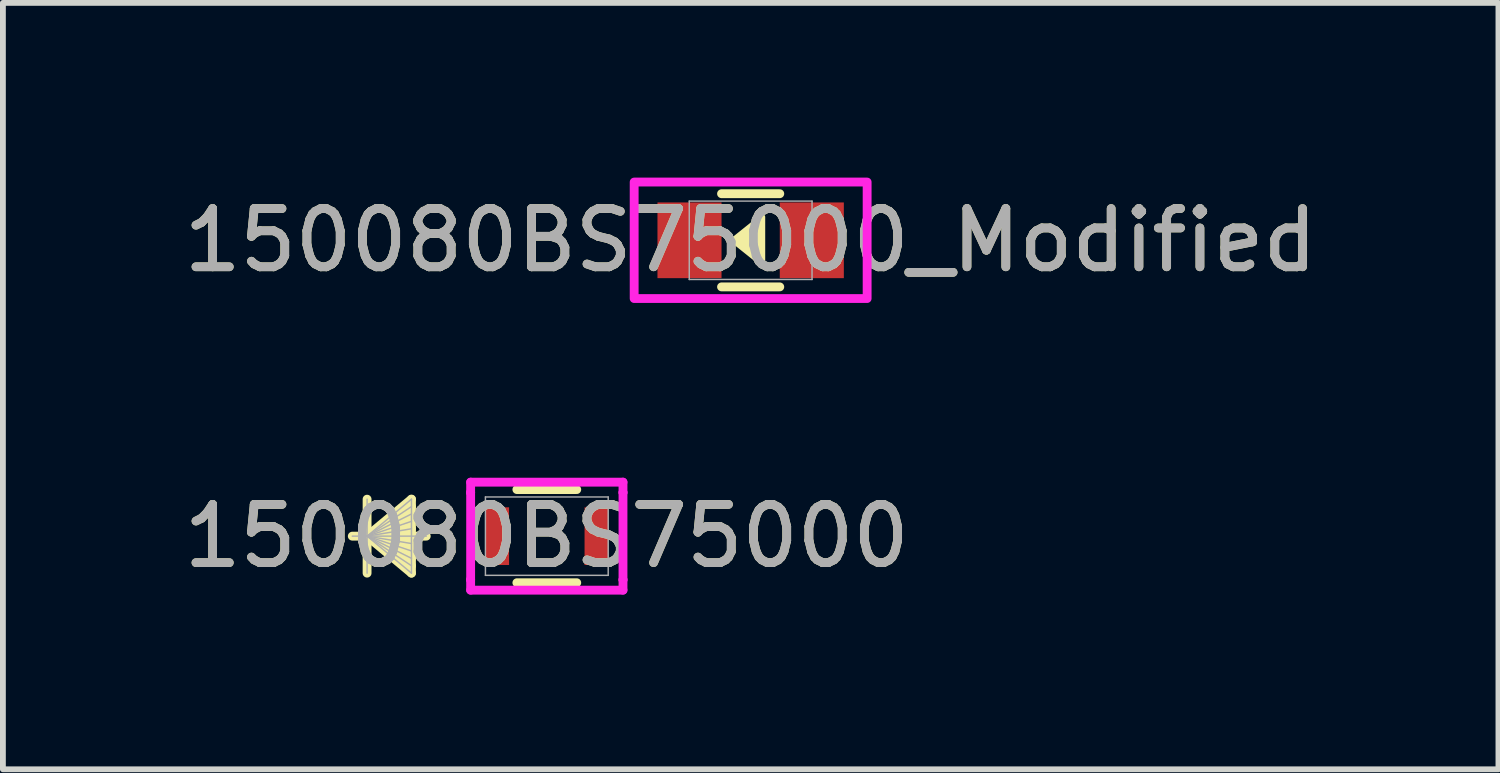
<source format=kicad_pcb>
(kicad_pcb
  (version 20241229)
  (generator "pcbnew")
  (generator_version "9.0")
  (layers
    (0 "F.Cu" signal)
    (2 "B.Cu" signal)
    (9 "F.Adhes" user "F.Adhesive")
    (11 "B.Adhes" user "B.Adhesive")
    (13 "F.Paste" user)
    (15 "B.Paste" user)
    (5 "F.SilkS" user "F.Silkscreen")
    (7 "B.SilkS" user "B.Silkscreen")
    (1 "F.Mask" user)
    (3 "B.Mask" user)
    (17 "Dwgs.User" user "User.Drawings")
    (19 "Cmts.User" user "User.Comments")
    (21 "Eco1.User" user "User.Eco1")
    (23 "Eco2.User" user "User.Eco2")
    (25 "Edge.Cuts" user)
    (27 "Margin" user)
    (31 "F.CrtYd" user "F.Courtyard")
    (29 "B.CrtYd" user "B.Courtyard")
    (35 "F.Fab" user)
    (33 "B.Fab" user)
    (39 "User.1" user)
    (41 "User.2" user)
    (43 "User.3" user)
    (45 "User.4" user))
  (footprint "150080BS75000"
    (layer "F.Cu")
    (at 6.339 6.156)
    (property "Reference" "150080BS75000" (at 0 0 0) (unlocked yes) (layer "F.SilkS") (effects (font (size 1 1) (thickness 0.15))))
    (attr smd)
    (fp_line (start -3.086 -0.635) (end -3.086 0.635) (stroke (width 0.152) (type solid)) (layer "F.SilkS"))
    (fp_line (start -3.086 0) (end -2.324 -0.635) (stroke (width 0.152) (type solid)) (layer "F.SilkS"))
    (fp_line (start -3.086 0) (end -2.324 -0.508) (stroke (width 0.152) (type solid)) (layer "F.SilkS"))
    (fp_line (start -3.086 0) (end -2.324 -0.381) (stroke (width 0.152) (type solid)) (layer "F.SilkS"))
    (fp_line (start -3.086 0) (end -2.324 -0.254) (stroke (width 0.152) (type solid)) (layer "F.SilkS"))
    (fp_line (start -3.086 0) (end -2.324 -0.127) (stroke (width 0.152) (type solid)) (layer "F.SilkS"))
    (fp_line (start -3.086 0) (end -2.324 0.127) (stroke (width 0.152) (type solid)) (layer "F.SilkS"))
    (fp_line (start -3.086 0) (end -2.324 0.254) (stroke (width 0.152) (type solid)) (layer "F.SilkS"))
    (fp_line (start -3.086 0) (end -2.324 0.381) (stroke (width 0.152) (type solid)) (layer "F.SilkS"))
    (fp_line (start -3.086 0) (end -2.324 0.508) (stroke (width 0.152) (type solid)) (layer "F.SilkS"))
    (fp_line (start -3.086 0) (end -2.324 0.635) (stroke (width 0.152) (type solid)) (layer "F.SilkS"))
    (fp_line (start -2.324 -0.635) (end -2.324 0.635) (stroke (width 0.152) (type solid)) (layer "F.SilkS"))
    (fp_line (start -2.07 0) (end -3.34 0) (stroke (width 0.152) (type solid)) (layer "F.SilkS"))
    (fp_line (start -0.514 0.8) (end 0.514 0.8) (stroke (width 0.152) (type solid)) (layer "F.SilkS"))
    (fp_line (start 0.514 -0.8) (end -0.514 -0.8) (stroke (width 0.152) (type solid)) (layer "F.SilkS"))
    (fp_line (start -1.308 -0.927) (end 1.308 -0.927) (stroke (width 0.152) (type solid)) (layer "F.CrtYd"))
    (fp_line (start -1.308 -0.749) (end -1.308 -0.927) (stroke (width 0.152) (type solid)) (layer "F.CrtYd"))
    (fp_line (start -1.308 -0.749) (end -1.308 -0.749) (stroke (width 0.152) (type solid)) (layer "F.CrtYd"))
    (fp_line (start -1.308 0.749) (end -1.308 -0.749) (stroke (width 0.152) (type solid)) (layer "F.CrtYd"))
    (fp_line (start -1.308 0.749) (end -1.308 0.749) (stroke (width 0.152) (type solid)) (layer "F.CrtYd"))
    (fp_line (start -1.308 0.927) (end -1.308 0.749) (stroke (width 0.152) (type solid)) (layer "F.CrtYd"))
    (fp_line (start 1.308 -0.927) (end 1.308 -0.749) (stroke (width 0.152) (type solid)) (layer "F.CrtYd"))
    (fp_line (start 1.308 -0.749) (end 1.308 -0.749) (stroke (width 0.152) (type solid)) (layer "F.CrtYd"))
    (fp_line (start 1.308 -0.749) (end 1.308 0.749) (stroke (width 0.152) (type solid)) (layer "F.CrtYd"))
    (fp_line (start 1.308 0.749) (end 1.308 0.749) (stroke (width 0.152) (type solid)) (layer "F.CrtYd"))
    (fp_line (start 1.308 0.749) (end 1.308 0.927) (stroke (width 0.152) (type solid)) (layer "F.CrtYd"))
    (fp_line (start 1.308 0.927) (end -1.308 0.927) (stroke (width 0.152) (type solid)) (layer "F.CrtYd"))
    (fp_line (start -3.086 -0.635) (end -3.086 0.635) (stroke (width 0.025) (type solid)) (layer "F.Fab"))
    (fp_line (start -3.086 0) (end -2.324 -0.635) (stroke (width 0.025) (type solid)) (layer "F.Fab"))
    (fp_line (start -3.086 0) (end -2.324 -0.508) (stroke (width 0.025) (type solid)) (layer "F.Fab"))
    (fp_line (start -3.086 0) (end -2.324 -0.381) (stroke (width 0.025) (type solid)) (layer "F.Fab"))
    (fp_line (start -3.086 0) (end -2.324 -0.254) (stroke (width 0.025) (type solid)) (layer "F.Fab"))
    (fp_line (start -3.086 0) (end -2.324 -0.127) (stroke (width 0.025) (type solid)) (layer "F.Fab"))
    (fp_line (start -3.086 0) (end -2.324 0.127) (stroke (width 0.025) (type solid)) (layer "F.Fab"))
    (fp_line (start -3.086 0) (end -2.324 0.254) (stroke (width 0.025) (type solid)) (layer "F.Fab"))
    (fp_line (start -3.086 0) (end -2.324 0.381) (stroke (width 0.025) (type solid)) (layer "F.Fab"))
    (fp_line (start -3.086 0) (end -2.324 0.508) (stroke (width 0.025) (type solid)) (layer "F.Fab"))
    (fp_line (start -3.086 0) (end -2.324 0.635) (stroke (width 0.025) (type solid)) (layer "F.Fab"))
    (fp_line (start -2.324 -0.635) (end -2.324 0.635) (stroke (width 0.025) (type solid)) (layer "F.Fab"))
    (fp_line (start -2.07 0) (end -3.34 0) (stroke (width 0.025) (type solid)) (layer "F.Fab"))
    (fp_line (start -1.054 -0.673) (end -1.054 0.673) (stroke (width 0.025) (type solid)) (layer "F.Fab"))
    (fp_line (start -1.054 0.673) (end 1.054 0.673) (stroke (width 0.025) (type solid)) (layer "F.Fab"))
    (fp_line (start 1.054 -0.673) (end -1.054 -0.673) (stroke (width 0.025) (type solid)) (layer "F.Fab"))
    (fp_line (start 1.054 0.673) (end 1.054 -0.673) (stroke (width 0.025) (type solid)) (layer "F.Fab"))
    (fp_text user "${REFERENCE}" (at 0 0 0) (unlocked yes) (layer "F.Fab") (effects (font (size 1 1) (thickness 0.15))))
    (pad "1" smd rect (at -0.851 0) (size 0.406 0.991) (layers "F.Cu" "F.Mask" "F.Paste"))
    (pad "2" smd rect (at 0.851 0) (size 0.406 0.991) (layers "F.Cu" "F.Mask" "F.Paste"))
    (zone (net_name "") (layer "F.Cu") (hatch full 0.508) (connect_pads) (min_thickness 0.254) (filled_areas_thickness no) (keepout (tracks not_allowed) (vias not_allowed) (pads allowed) (copperpour not_allowed) (footprints allowed)) (placement (enabled no)) (fill) (polygon (pts (xy 5.742 5.533) (xy 6.936 5.533) (xy 6.936 6.778) (xy 5.742 6.778)))))
  (footprint "150080BS75000_Modified"
    (layer "F.Cu")
    (at 9.839 1.076)
    (property "Reference" "150080BS75000_Modified" (at 0 0 0) (unlocked yes) (layer "F.SilkS") (effects (font (size 1 1) (thickness 0.15))))
    (attr smd)
    (fp_line (start -0.5 0.8) (end 0.5 0.8) (stroke (width 0.152) (type solid)) (layer "F.SilkS"))
    (fp_line (start 0.5 -0.8) (end -0.5 -0.8) (stroke (width 0.152) (type solid)) (layer "F.SilkS"))
    (fp_poly (pts (xy -0.3 0) (xy 0.2 -0.4) (xy 0.2 0.4)) (stroke (width 0.1) (type solid)) (fill yes) (layer "F.SilkS"))
    (fp_rect (start -2 -1) (end 2 1) (stroke (width 0.152) (type solid)) (fill no) (layer "F.CrtYd"))
    (fp_line (start -1.054 -0.673) (end -1.054 0.673) (stroke (width 0.025) (type solid)) (layer "F.Fab"))
    (fp_line (start -1.054 0.673) (end 1.054 0.673) (stroke (width 0.025) (type solid)) (layer "F.Fab"))
    (fp_line (start 1.054 -0.673) (end -1.054 -0.673) (stroke (width 0.025) (type solid)) (layer "F.Fab"))
    (fp_line (start 1.054 0.673) (end 1.054 -0.673) (stroke (width 0.025) (type solid)) (layer "F.Fab"))
    (fp_text user "${REFERENCE}" (at 0 0 0) (unlocked yes) (layer "F.Fab") (effects (font (size 1 1) (thickness 0.15))))
    (pad "1" smd rect (at -1.05 0) (size 1.1 1.3) (layers "F.Cu" "F.Mask" "F.Paste"))
    (pad "2" smd rect (at 1.05 0) (size 1.1 1.3) (layers "F.Cu" "F.Mask" "F.Paste"))
    (zone (net_name "") (layer "F.Cu") (hatch full 0.508) (connect_pads) (min_thickness 0.254) (filled_areas_thickness no) (keepout (tracks not_allowed) (vias not_allowed) (pads allowed) (copperpour not_allowed) (footprints allowed)) (placement (enabled no)) (fill) (polygon (pts (xy 9.242 0.454) (xy 10.436 0.454) (xy 10.436 1.698) (xy 9.242 1.698)))))
  (gr_rect
    (start -3 -3)
    (end 22.679 10.159)
    (stroke (width 0.1) (type default))
    (fill no)
    (layer "Edge.Cuts")))
</source>
